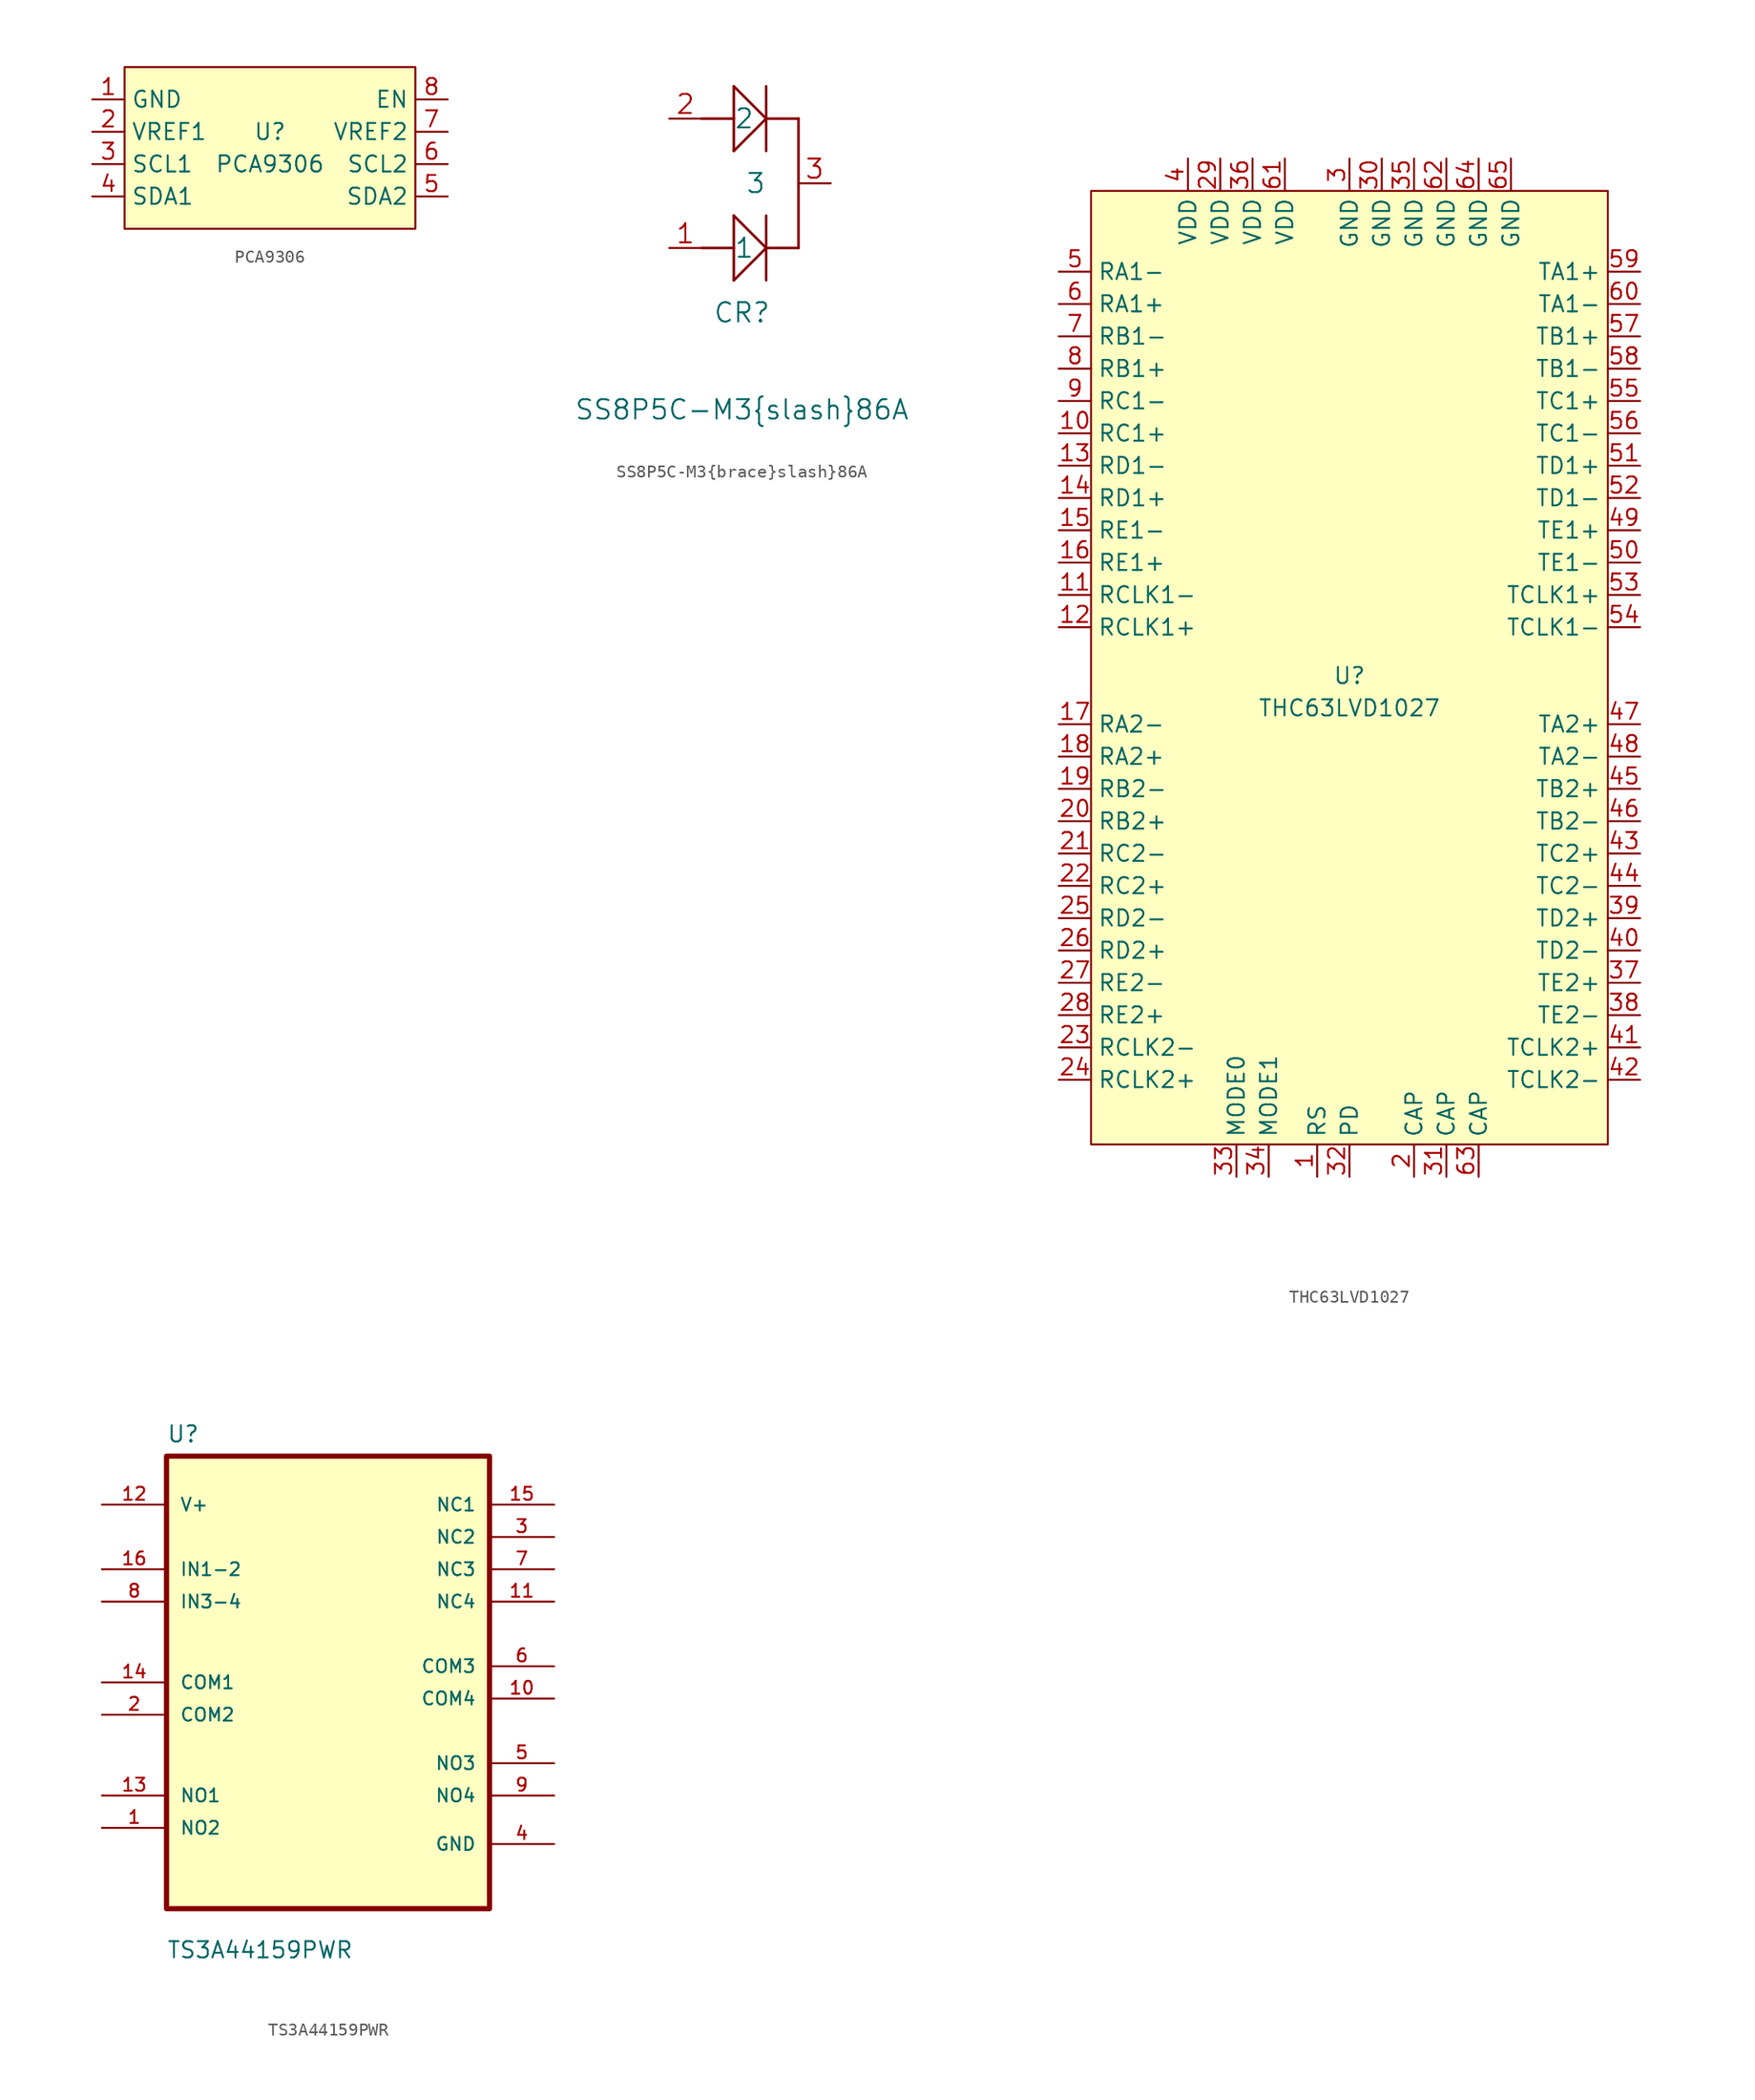
<source format=kicad_sym>
(kicad_symbol_lib
  (version 20211014)
  (generator kicad_symbol_editor)
  (symbol "PCA9306"
    (property "Reference" "U"
      (at 0 1.27 0)
      (effects (font (size 1.27 1.27))))
    (property "Value" "PCA9306"
      (at 0 -1.27 0)
      (effects (font (size 1.27 1.27))))
    (symbol "PCA9306_0_1"
      (rectangle (start -11.43 6.35) (end 11.43 -6.35) (stroke (width 0) (type default) (color 0 0 0 0)) (fill (type background))))
    (symbol "PCA9306_1_1"
      (pin passive line (at -13.97 3.81 0) (length 2.54) (name "GND" (effects (font (size 1.27 1.27)))) (number "1" (effects (font (size 1.27 1.27)))))
      (pin passive line (at -13.97 1.27 0) (length 2.54) (name "VREF1" (effects (font (size 1.27 1.27)))) (number "2" (effects (font (size 1.27 1.27)))))
      (pin passive line (at -13.97 -1.27 0) (length 2.54) (name "SCL1" (effects (font (size 1.27 1.27)))) (number "3" (effects (font (size 1.27 1.27)))))
      (pin passive line (at -13.97 -3.81 0) (length 2.54) (name "SDA1" (effects (font (size 1.27 1.27)))) (number "4" (effects (font (size 1.27 1.27)))))
      (pin passive line (at 13.97 -3.81 180) (length 2.54) (name "SDA2" (effects (font (size 1.27 1.27)))) (number "5" (effects (font (size 1.27 1.27)))))
      (pin passive line (at 13.97 -1.27 180) (length 2.54) (name "SCL2" (effects (font (size 1.27 1.27)))) (number "6" (effects (font (size 1.27 1.27)))))
      (pin passive line (at 13.97 1.27 180) (length 2.54) (name "VREF2" (effects (font (size 1.27 1.27)))) (number "7" (effects (font (size 1.27 1.27)))))
      (pin passive line (at 13.97 3.81 180) (length 2.54) (name "EN" (effects (font (size 1.27 1.27)))) (number "8" (effects (font (size 1.27 1.27)))))))
  (symbol "SS8P5C-M3{brace}slash}86A"
    (pin_names
      (offset 2.54))
    (property "Reference" "CR"
      (at -0.635 -10.16 0)
      (effects (font (size 1.524 1.524))))
    (property "Value" "SS8P5C-M3{brace}slash}86A"
      (at -0.635 -17.78 0)
      (effects (font (size 1.524 1.524))))
    (property "Datasheet" ""
      (at 0 0 0)
      (effects (font (size 1.524 1.524))))
    (property "ki_locked" ""
      (at 0 0 0)
      (effects (font (size 1.27 1.27))))
    (symbol "SS8P5C-M3{brace}slash}86A_1_1"
      (polyline (pts (xy -3.81 -5.08) (xy -1.27 -5.08)) (stroke (width 0.203) (type default) (color 0 0 0 0)) (fill (type none)))
      (polyline (pts (xy -3.81 5.08) (xy -1.27 5.08)) (stroke (width 0.203) (type default) (color 0 0 0 0)) (fill (type none)))
      (polyline (pts (xy -1.27 -7.62) (xy -1.27 -2.54)) (stroke (width 0.203) (type default) (color 0 0 0 0)) (fill (type none)))
      (polyline (pts (xy -1.27 -7.62) (xy 1.27 -5.08)) (stroke (width 0.203) (type default) (color 0 0 0 0)) (fill (type none)))
      (polyline (pts (xy -1.27 -2.54) (xy 1.27 -5.08)) (stroke (width 0.203) (type default) (color 0 0 0 0)) (fill (type none)))
      (polyline (pts (xy -1.27 2.54) (xy 1.27 5.08)) (stroke (width 0.203) (type default) (color 0 0 0 0)) (fill (type none)))
      (polyline (pts (xy -1.27 7.62) (xy -1.27 2.54)) (stroke (width 0.203) (type default) (color 0 0 0 0)) (fill (type none)))
      (polyline (pts (xy -1.27 7.62) (xy 1.27 5.08)) (stroke (width 0.203) (type default) (color 0 0 0 0)) (fill (type none)))
      (polyline (pts (xy 1.27 -7.62) (xy 1.27 -2.54)) (stroke (width 0.203) (type default) (color 0 0 0 0)) (fill (type none)))
      (polyline (pts (xy 1.27 7.62) (xy 1.27 2.54)) (stroke (width 0.203) (type default) (color 0 0 0 0)) (fill (type none)))
      (polyline (pts (xy 3.81 -5.08) (xy 1.27 -5.08)) (stroke (width 0.203) (type default) (color 0 0 0 0)) (fill (type none)))
      (polyline (pts (xy 3.81 5.08) (xy 1.27 5.08)) (stroke (width 0.203) (type default) (color 0 0 0 0)) (fill (type none)))
      (polyline (pts (xy 3.81 5.08) (xy 3.81 -5.08)) (stroke (width 0.203) (type default) (color 0 0 0 0)) (fill (type none)))
      (pin passive line (at -6.35 -5.08 0) (length 2.54) (name "1" (effects (font (size 1.499 1.499)))) (number "1" (effects (font (size 1.499 1.499)))))
      (pin passive line (at -6.35 5.08 0) (length 2.54) (name "2" (effects (font (size 1.499 1.499)))) (number "2" (effects (font (size 1.499 1.499)))))
      (pin passive line (at 6.35 0 180) (length 2.54) (name "3" (effects (font (size 1.499 1.499)))) (number "3" (effects (font (size 1.499 1.499)))))))
  (symbol "THC63LVD1027"
    (property "Reference" "U"
      (at 0 0 0)
      (effects (font (size 1.27 1.27))))
    (property "Value" "THC63LVD1027"
      (at 0 -2.54 0)
      (effects (font (size 1.27 1.27))))
    (symbol "THC63LVD1027_0_1"
      (rectangle (start -20.32 38.1) (end 20.32 -36.83) (stroke (width 0) (type default) (color 0 0 0 0)) (fill (type background))))
    (symbol "THC63LVD1027_1_1"
      (pin input line (at -2.54 -39.37 90) (length 2.54) (name "RS" (effects (font (size 1.27 1.27)))) (number "1" (effects (font (size 1.27 1.27)))))
      (pin input line (at -22.86 19.05 0) (length 2.54) (name "RC1+" (effects (font (size 1.27 1.27)))) (number "10" (effects (font (size 1.27 1.27)))))
      (pin input line (at -22.86 6.35 0) (length 2.54) (name "RCLK1-" (effects (font (size 1.27 1.27)))) (number "11" (effects (font (size 1.27 1.27)))))
      (pin input line (at -22.86 3.81 0) (length 2.54) (name "RCLK1+" (effects (font (size 1.27 1.27)))) (number "12" (effects (font (size 1.27 1.27)))))
      (pin input line (at -22.86 16.51 0) (length 2.54) (name "RD1-" (effects (font (size 1.27 1.27)))) (number "13" (effects (font (size 1.27 1.27)))))
      (pin input line (at -22.86 13.97 0) (length 2.54) (name "RD1+" (effects (font (size 1.27 1.27)))) (number "14" (effects (font (size 1.27 1.27)))))
      (pin input line (at -22.86 11.43 0) (length 2.54) (name "RE1-" (effects (font (size 1.27 1.27)))) (number "15" (effects (font (size 1.27 1.27)))))
      (pin input line (at -22.86 8.89 0) (length 2.54) (name "RE1+" (effects (font (size 1.27 1.27)))) (number "16" (effects (font (size 1.27 1.27)))))
      (pin input line (at -22.86 -3.81 0) (length 2.54) (name "RA2-" (effects (font (size 1.27 1.27)))) (number "17" (effects (font (size 1.27 1.27)))))
      (pin input line (at -22.86 -6.35 0) (length 2.54) (name "RA2+" (effects (font (size 1.27 1.27)))) (number "18" (effects (font (size 1.27 1.27)))))
      (pin input line (at -22.86 -8.89 0) (length 2.54) (name "RB2-" (effects (font (size 1.27 1.27)))) (number "19" (effects (font (size 1.27 1.27)))))
      (pin passive line (at 5.08 -39.37 90) (length 2.54) (name "CAP" (effects (font (size 1.27 1.27)))) (number "2" (effects (font (size 1.27 1.27)))))
      (pin input line (at -22.86 -11.43 0) (length 2.54) (name "RB2+" (effects (font (size 1.27 1.27)))) (number "20" (effects (font (size 1.27 1.27)))))
      (pin input line (at -22.86 -13.97 0) (length 2.54) (name "RC2-" (effects (font (size 1.27 1.27)))) (number "21" (effects (font (size 1.27 1.27)))))
      (pin input line (at -22.86 -16.51 0) (length 2.54) (name "RC2+" (effects (font (size 1.27 1.27)))) (number "22" (effects (font (size 1.27 1.27)))))
      (pin input line (at -22.86 -29.21 0) (length 2.54) (name "RCLK2-" (effects (font (size 1.27 1.27)))) (number "23" (effects (font (size 1.27 1.27)))))
      (pin input line (at -22.86 -31.75 0) (length 2.54) (name "RCLK2+" (effects (font (size 1.27 1.27)))) (number "24" (effects (font (size 1.27 1.27)))))
      (pin input line (at -22.86 -19.05 0) (length 2.54) (name "RD2-" (effects (font (size 1.27 1.27)))) (number "25" (effects (font (size 1.27 1.27)))))
      (pin input line (at -22.86 -21.59 0) (length 2.54) (name "RD2+" (effects (font (size 1.27 1.27)))) (number "26" (effects (font (size 1.27 1.27)))))
      (pin input line (at -22.86 -24.13 0) (length 2.54) (name "RE2-" (effects (font (size 1.27 1.27)))) (number "27" (effects (font (size 1.27 1.27)))))
      (pin input line (at -22.86 -26.67 0) (length 2.54) (name "RE2+" (effects (font (size 1.27 1.27)))) (number "28" (effects (font (size 1.27 1.27)))))
      (pin power_in line (at -10.16 40.64 270) (length 2.54) (name "VDD" (effects (font (size 1.27 1.27)))) (number "29" (effects (font (size 1.27 1.27)))))
      (pin passive line (at 0 40.64 270) (length 2.54) (name "GND" (effects (font (size 1.27 1.27)))) (number "3" (effects (font (size 1.27 1.27)))))
      (pin passive line (at 2.54 40.64 270) (length 2.54) (name "GND" (effects (font (size 1.27 1.27)))) (number "30" (effects (font (size 1.27 1.27)))))
      (pin passive line (at 7.62 -39.37 90) (length 2.54) (name "CAP" (effects (font (size 1.27 1.27)))) (number "31" (effects (font (size 1.27 1.27)))))
      (pin input line (at 0 -39.37 90) (length 2.54) (name "PD" (effects (font (size 1.27 1.27)))) (number "32" (effects (font (size 1.27 1.27)))))
      (pin input line (at -8.89 -39.37 90) (length 2.54) (name "MODE0" (effects (font (size 1.27 1.27)))) (number "33" (effects (font (size 1.27 1.27)))))
      (pin input line (at -6.35 -39.37 90) (length 2.54) (name "MODE1" (effects (font (size 1.27 1.27)))) (number "34" (effects (font (size 1.27 1.27)))))
      (pin passive line (at 5.08 40.64 270) (length 2.54) (name "GND" (effects (font (size 1.27 1.27)))) (number "35" (effects (font (size 1.27 1.27)))))
      (pin power_in line (at -7.62 40.64 270) (length 2.54) (name "VDD" (effects (font (size 1.27 1.27)))) (number "36" (effects (font (size 1.27 1.27)))))
      (pin output line (at 22.86 -24.13 180) (length 2.54) (name "TE2+" (effects (font (size 1.27 1.27)))) (number "37" (effects (font (size 1.27 1.27)))))
      (pin output line (at 22.86 -26.67 180) (length 2.54) (name "TE2-" (effects (font (size 1.27 1.27)))) (number "38" (effects (font (size 1.27 1.27)))))
      (pin output line (at 22.86 -19.05 180) (length 2.54) (name "TD2+" (effects (font (size 1.27 1.27)))) (number "39" (effects (font (size 1.27 1.27)))))
      (pin power_in line (at -12.7 40.64 270) (length 2.54) (name "VDD" (effects (font (size 1.27 1.27)))) (number "4" (effects (font (size 1.27 1.27)))))
      (pin output line (at 22.86 -21.59 180) (length 2.54) (name "TD2-" (effects (font (size 1.27 1.27)))) (number "40" (effects (font (size 1.27 1.27)))))
      (pin output line (at 22.86 -29.21 180) (length 2.54) (name "TCLK2+" (effects (font (size 1.27 1.27)))) (number "41" (effects (font (size 1.27 1.27)))))
      (pin output line (at 22.86 -31.75 180) (length 2.54) (name "TCLK2-" (effects (font (size 1.27 1.27)))) (number "42" (effects (font (size 1.27 1.27)))))
      (pin output line (at 22.86 -13.97 180) (length 2.54) (name "TC2+" (effects (font (size 1.27 1.27)))) (number "43" (effects (font (size 1.27 1.27)))))
      (pin output line (at 22.86 -16.51 180) (length 2.54) (name "TC2-" (effects (font (size 1.27 1.27)))) (number "44" (effects (font (size 1.27 1.27)))))
      (pin output line (at 22.86 -8.89 180) (length 2.54) (name "TB2+" (effects (font (size 1.27 1.27)))) (number "45" (effects (font (size 1.27 1.27)))))
      (pin output line (at 22.86 -11.43 180) (length 2.54) (name "TB2-" (effects (font (size 1.27 1.27)))) (number "46" (effects (font (size 1.27 1.27)))))
      (pin output line (at 22.86 -3.81 180) (length 2.54) (name "TA2+" (effects (font (size 1.27 1.27)))) (number "47" (effects (font (size 1.27 1.27)))))
      (pin output line (at 22.86 -6.35 180) (length 2.54) (name "TA2-" (effects (font (size 1.27 1.27)))) (number "48" (effects (font (size 1.27 1.27)))))
      (pin output line (at 22.86 11.43 180) (length 2.54) (name "TE1+" (effects (font (size 1.27 1.27)))) (number "49" (effects (font (size 1.27 1.27)))))
      (pin input line (at -22.86 31.75 0) (length 2.54) (name "RA1-" (effects (font (size 1.27 1.27)))) (number "5" (effects (font (size 1.27 1.27)))))
      (pin output line (at 22.86 8.89 180) (length 2.54) (name "TE1-" (effects (font (size 1.27 1.27)))) (number "50" (effects (font (size 1.27 1.27)))))
      (pin output line (at 22.86 16.51 180) (length 2.54) (name "TD1+" (effects (font (size 1.27 1.27)))) (number "51" (effects (font (size 1.27 1.27)))))
      (pin output line (at 22.86 13.97 180) (length 2.54) (name "TD1-" (effects (font (size 1.27 1.27)))) (number "52" (effects (font (size 1.27 1.27)))))
      (pin output line (at 22.86 6.35 180) (length 2.54) (name "TCLK1+" (effects (font (size 1.27 1.27)))) (number "53" (effects (font (size 1.27 1.27)))))
      (pin output line (at 22.86 3.81 180) (length 2.54) (name "TCLK1-" (effects (font (size 1.27 1.27)))) (number "54" (effects (font (size 1.27 1.27)))))
      (pin output line (at 22.86 21.59 180) (length 2.54) (name "TC1+" (effects (font (size 1.27 1.27)))) (number "55" (effects (font (size 1.27 1.27)))))
      (pin output line (at 22.86 19.05 180) (length 2.54) (name "TC1-" (effects (font (size 1.27 1.27)))) (number "56" (effects (font (size 1.27 1.27)))))
      (pin output line (at 22.86 26.67 180) (length 2.54) (name "TB1+" (effects (font (size 1.27 1.27)))) (number "57" (effects (font (size 1.27 1.27)))))
      (pin output line (at 22.86 24.13 180) (length 2.54) (name "TB1-" (effects (font (size 1.27 1.27)))) (number "58" (effects (font (size 1.27 1.27)))))
      (pin output line (at 22.86 31.75 180) (length 2.54) (name "TA1+" (effects (font (size 1.27 1.27)))) (number "59" (effects (font (size 1.27 1.27)))))
      (pin input line (at -22.86 29.21 0) (length 2.54) (name "RA1+" (effects (font (size 1.27 1.27)))) (number "6" (effects (font (size 1.27 1.27)))))
      (pin output line (at 22.86 29.21 180) (length 2.54) (name "TA1-" (effects (font (size 1.27 1.27)))) (number "60" (effects (font (size 1.27 1.27)))))
      (pin power_in line (at -5.08 40.64 270) (length 2.54) (name "VDD" (effects (font (size 1.27 1.27)))) (number "61" (effects (font (size 1.27 1.27)))))
      (pin passive line (at 7.62 40.64 270) (length 2.54) (name "GND" (effects (font (size 1.27 1.27)))) (number "62" (effects (font (size 1.27 1.27)))))
      (pin passive line (at 10.16 -39.37 90) (length 2.54) (name "CAP" (effects (font (size 1.27 1.27)))) (number "63" (effects (font (size 1.27 1.27)))))
      (pin passive line (at 10.16 40.64 270) (length 2.54) (name "GND" (effects (font (size 1.27 1.27)))) (number "64" (effects (font (size 1.27 1.27)))))
      (pin passive line (at 12.7 40.64 270) (length 2.54) (name "GND" (effects (font (size 1.27 1.27)))) (number "65" (effects (font (size 1.27 1.27)))))
      (pin input line (at -22.86 26.67 0) (length 2.54) (name "RB1-" (effects (font (size 1.27 1.27)))) (number "7" (effects (font (size 1.27 1.27)))))
      (pin input line (at -22.86 24.13 0) (length 2.54) (name "RB1+" (effects (font (size 1.27 1.27)))) (number "8" (effects (font (size 1.27 1.27)))))
      (pin input line (at -22.86 21.59 0) (length 2.54) (name "RC1-" (effects (font (size 1.27 1.27)))) (number "9" (effects (font (size 1.27 1.27)))))))
  (symbol "TS3A44159PWR"
    (pin_names
      (offset 1.016))
    (property "Reference" "U"
      (at -12.7 18.771 0)
      (effects (font (size 1.27 1.27)) (justify left bottom)))
    (property "Value" "TS3A44159PWR"
      (at -12.7 -21.768 0)
      (effects (font (size 1.27 1.27)) (justify left bottom)))
    (property "ki_locked" ""
      (at 0 0 0)
      (effects (font (size 1.27 1.27))))
    (symbol "TS3A44159PWR_0_0"
      (rectangle (start -12.7 -17.78) (end 12.7 17.78) (stroke (width 0.406) (type default) (color 0 0 0 0)) (fill (type background)))
      (pin bidirectional line (at -17.78 -11.43 0) (length 5.08) (name "NO2" (effects (font (size 1.016 1.016)))) (number "1" (effects (font (size 1.016 1.016)))))
      (pin bidirectional line (at 17.78 -1.27 180) (length 5.08) (name "COM4" (effects (font (size 1.016 1.016)))) (number "10" (effects (font (size 1.016 1.016)))))
      (pin bidirectional line (at 17.78 6.35 180) (length 5.08) (name "NC4" (effects (font (size 1.016 1.016)))) (number "11" (effects (font (size 1.016 1.016)))))
      (pin power_in line (at -17.78 13.97 0) (length 5.08) (name "V+" (effects (font (size 1.016 1.016)))) (number "12" (effects (font (size 1.016 1.016)))))
      (pin bidirectional line (at -17.78 -8.89 0) (length 5.08) (name "NO1" (effects (font (size 1.016 1.016)))) (number "13" (effects (font (size 1.016 1.016)))))
      (pin bidirectional line (at -17.78 0 0) (length 5.08) (name "COM1" (effects (font (size 1.016 1.016)))) (number "14" (effects (font (size 1.016 1.016)))))
      (pin bidirectional line (at 17.78 13.97 180) (length 5.08) (name "NC1" (effects (font (size 1.016 1.016)))) (number "15" (effects (font (size 1.016 1.016)))))
      (pin input line (at -17.78 8.89 0) (length 5.08) (name "IN1-2" (effects (font (size 1.016 1.016)))) (number "16" (effects (font (size 1.016 1.016)))))
      (pin bidirectional line (at -17.78 -2.54 0) (length 5.08) (name "COM2" (effects (font (size 1.016 1.016)))) (number "2" (effects (font (size 1.016 1.016)))))
      (pin bidirectional line (at 17.78 11.43 180) (length 5.08) (name "NC2" (effects (font (size 1.016 1.016)))) (number "3" (effects (font (size 1.016 1.016)))))
      (pin power_in line (at 17.78 -12.7 180) (length 5.08) (name "GND" (effects (font (size 1.016 1.016)))) (number "4" (effects (font (size 1.016 1.016)))))
      (pin bidirectional line (at 17.78 -6.35 180) (length 5.08) (name "NO3" (effects (font (size 1.016 1.016)))) (number "5" (effects (font (size 1.016 1.016)))))
      (pin bidirectional line (at 17.78 1.27 180) (length 5.08) (name "COM3" (effects (font (size 1.016 1.016)))) (number "6" (effects (font (size 1.016 1.016)))))
      (pin bidirectional line (at 17.78 8.89 180) (length 5.08) (name "NC3" (effects (font (size 1.016 1.016)))) (number "7" (effects (font (size 1.016 1.016)))))
      (pin input line (at -17.78 6.35 0) (length 5.08) (name "IN3-4" (effects (font (size 1.016 1.016)))) (number "8" (effects (font (size 1.016 1.016)))))
      (pin bidirectional line (at 17.78 -8.89 180) (length 5.08) (name "NO4" (effects (font (size 1.016 1.016)))) (number "9" (effects (font (size 1.016 1.016))))))))
</source>
